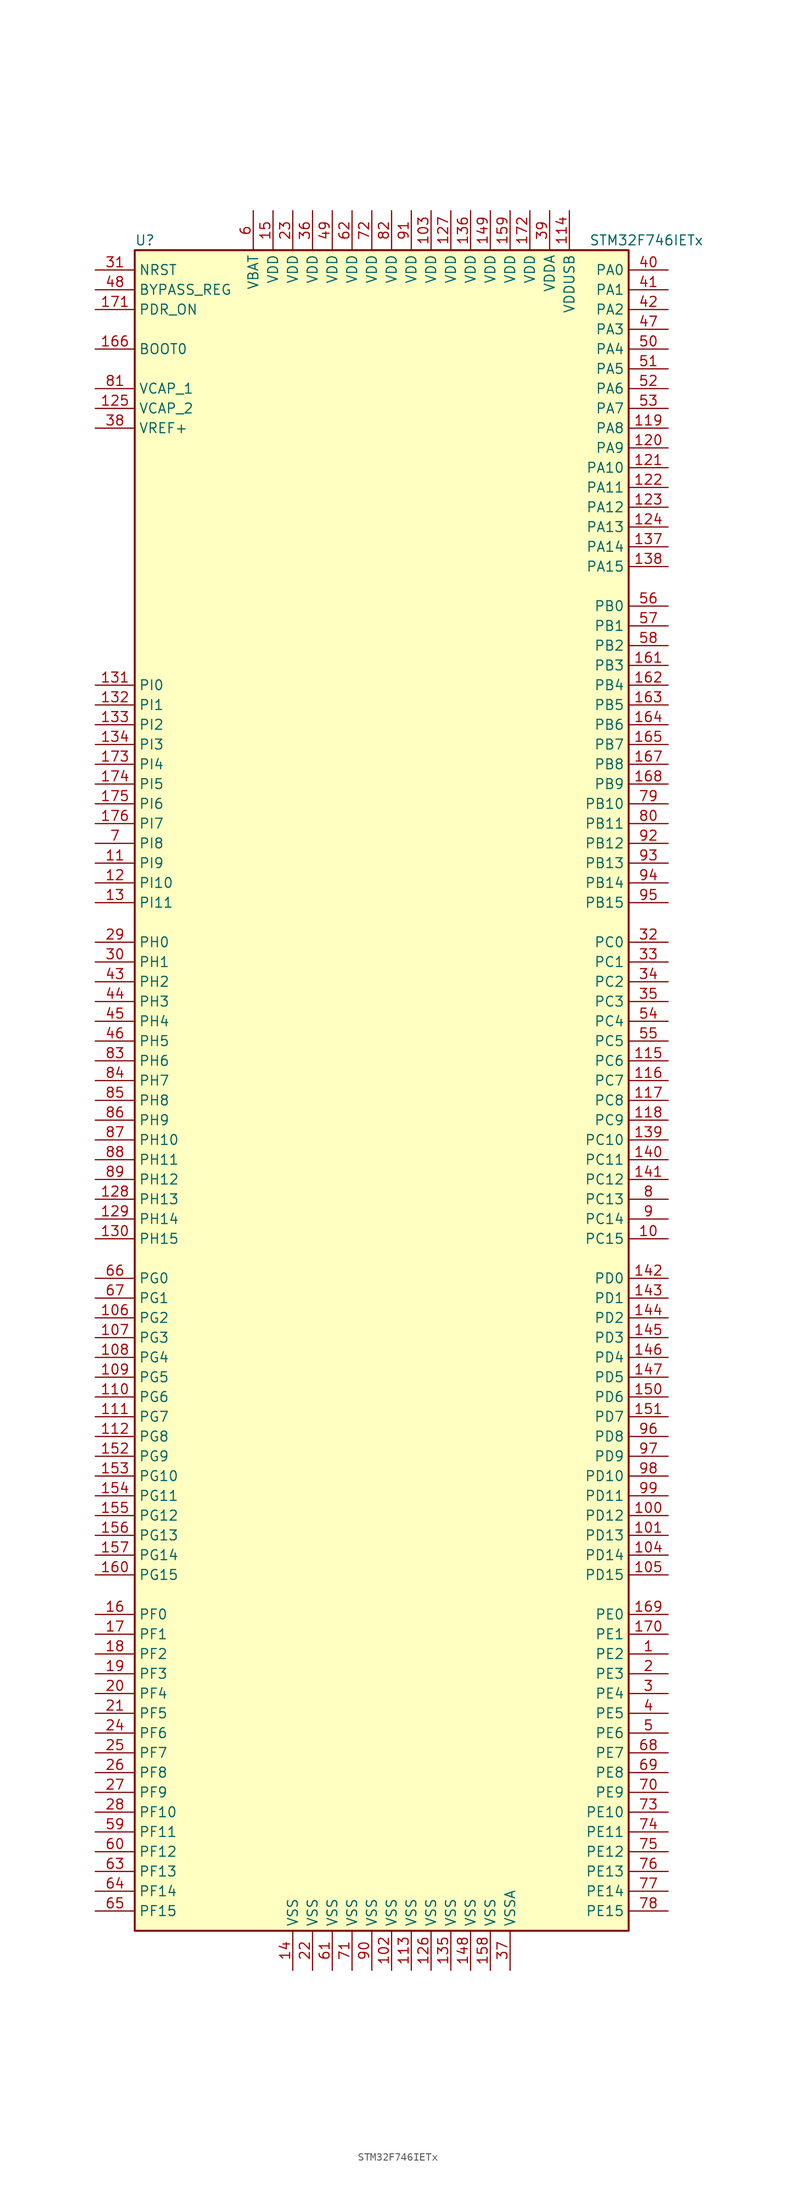
<source format=kicad_sym>
(kicad_symbol_lib
  (version 20211014)
  (generator kicad_symbol_editor)
  (symbol "STM32F746IETx"
    (property "Reference" "U"
      (at -33.02 107.95 0)
      (effects (font (size 1.27 1.27)) (justify left)))
    (property "Value" "STM32F746IETx"
      (at 25.4 107.95 0)
      (effects (font (size 1.27 1.27)) (justify left)))
    (symbol "STM32F746IETx_0_1"
      (rectangle (start -33.02 -109.22) (end 30.48 106.68) (stroke (width 0.254) (type default) (color 0 0 0 0)) (fill (type background))))
    (symbol "STM32F746IETx_1_1"
      (pin bidirectional line (at 35.56 -73.66 180) (length 5.08) (name "PE2" (effects (font (size 1.27 1.27)))) (number "1" (effects (font (size 1.27 1.27)))))
      (pin bidirectional line (at 35.56 -20.32 180) (length 5.08) (name "PC15" (effects (font (size 1.27 1.27)))) (number "10" (effects (font (size 1.27 1.27)))))
      (pin bidirectional line (at 35.56 -55.88 180) (length 5.08) (name "PD12" (effects (font (size 1.27 1.27)))) (number "100" (effects (font (size 1.27 1.27)))))
      (pin bidirectional line (at 35.56 -58.42 180) (length 5.08) (name "PD13" (effects (font (size 1.27 1.27)))) (number "101" (effects (font (size 1.27 1.27)))))
      (pin power_in line (at 0 -114.3 90) (length 5.08) (name "VSS" (effects (font (size 1.27 1.27)))) (number "102" (effects (font (size 1.27 1.27)))))
      (pin power_in line (at 5.08 111.76 270) (length 5.08) (name "VDD" (effects (font (size 1.27 1.27)))) (number "103" (effects (font (size 1.27 1.27)))))
      (pin bidirectional line (at 35.56 -60.96 180) (length 5.08) (name "PD14" (effects (font (size 1.27 1.27)))) (number "104" (effects (font (size 1.27 1.27)))))
      (pin bidirectional line (at 35.56 -63.5 180) (length 5.08) (name "PD15" (effects (font (size 1.27 1.27)))) (number "105" (effects (font (size 1.27 1.27)))))
      (pin bidirectional line (at -38.1 -30.48 0) (length 5.08) (name "PG2" (effects (font (size 1.27 1.27)))) (number "106" (effects (font (size 1.27 1.27)))))
      (pin bidirectional line (at -38.1 -33.02 0) (length 5.08) (name "PG3" (effects (font (size 1.27 1.27)))) (number "107" (effects (font (size 1.27 1.27)))))
      (pin bidirectional line (at -38.1 -35.56 0) (length 5.08) (name "PG4" (effects (font (size 1.27 1.27)))) (number "108" (effects (font (size 1.27 1.27)))))
      (pin bidirectional line (at -38.1 -38.1 0) (length 5.08) (name "PG5" (effects (font (size 1.27 1.27)))) (number "109" (effects (font (size 1.27 1.27)))))
      (pin bidirectional line (at -38.1 27.94 0) (length 5.08) (name "PI9" (effects (font (size 1.27 1.27)))) (number "11" (effects (font (size 1.27 1.27)))))
      (pin bidirectional line (at -38.1 -40.64 0) (length 5.08) (name "PG6" (effects (font (size 1.27 1.27)))) (number "110" (effects (font (size 1.27 1.27)))))
      (pin bidirectional line (at -38.1 -43.18 0) (length 5.08) (name "PG7" (effects (font (size 1.27 1.27)))) (number "111" (effects (font (size 1.27 1.27)))))
      (pin bidirectional line (at -38.1 -45.72 0) (length 5.08) (name "PG8" (effects (font (size 1.27 1.27)))) (number "112" (effects (font (size 1.27 1.27)))))
      (pin power_in line (at 2.54 -114.3 90) (length 5.08) (name "VSS" (effects (font (size 1.27 1.27)))) (number "113" (effects (font (size 1.27 1.27)))))
      (pin power_in line (at 22.86 111.76 270) (length 5.08) (name "VDDUSB" (effects (font (size 1.27 1.27)))) (number "114" (effects (font (size 1.27 1.27)))))
      (pin bidirectional line (at 35.56 2.54 180) (length 5.08) (name "PC6" (effects (font (size 1.27 1.27)))) (number "115" (effects (font (size 1.27 1.27)))))
      (pin bidirectional line (at 35.56 0 180) (length 5.08) (name "PC7" (effects (font (size 1.27 1.27)))) (number "116" (effects (font (size 1.27 1.27)))))
      (pin bidirectional line (at 35.56 -2.54 180) (length 5.08) (name "PC8" (effects (font (size 1.27 1.27)))) (number "117" (effects (font (size 1.27 1.27)))))
      (pin bidirectional line (at 35.56 -5.08 180) (length 5.08) (name "PC9" (effects (font (size 1.27 1.27)))) (number "118" (effects (font (size 1.27 1.27)))))
      (pin bidirectional line (at 35.56 83.82 180) (length 5.08) (name "PA8" (effects (font (size 1.27 1.27)))) (number "119" (effects (font (size 1.27 1.27)))))
      (pin bidirectional line (at -38.1 25.4 0) (length 5.08) (name "PI10" (effects (font (size 1.27 1.27)))) (number "12" (effects (font (size 1.27 1.27)))))
      (pin bidirectional line (at 35.56 81.28 180) (length 5.08) (name "PA9" (effects (font (size 1.27 1.27)))) (number "120" (effects (font (size 1.27 1.27)))))
      (pin bidirectional line (at 35.56 78.74 180) (length 5.08) (name "PA10" (effects (font (size 1.27 1.27)))) (number "121" (effects (font (size 1.27 1.27)))))
      (pin bidirectional line (at 35.56 76.2 180) (length 5.08) (name "PA11" (effects (font (size 1.27 1.27)))) (number "122" (effects (font (size 1.27 1.27)))))
      (pin bidirectional line (at 35.56 73.66 180) (length 5.08) (name "PA12" (effects (font (size 1.27 1.27)))) (number "123" (effects (font (size 1.27 1.27)))))
      (pin bidirectional line (at 35.56 71.12 180) (length 5.08) (name "PA13" (effects (font (size 1.27 1.27)))) (number "124" (effects (font (size 1.27 1.27)))))
      (pin power_in line (at -38.1 86.36 0) (length 5.08) (name "VCAP_2" (effects (font (size 1.27 1.27)))) (number "125" (effects (font (size 1.27 1.27)))))
      (pin power_in line (at 5.08 -114.3 90) (length 5.08) (name "VSS" (effects (font (size 1.27 1.27)))) (number "126" (effects (font (size 1.27 1.27)))))
      (pin power_in line (at 7.62 111.76 270) (length 5.08) (name "VDD" (effects (font (size 1.27 1.27)))) (number "127" (effects (font (size 1.27 1.27)))))
      (pin bidirectional line (at -38.1 -15.24 0) (length 5.08) (name "PH13" (effects (font (size 1.27 1.27)))) (number "128" (effects (font (size 1.27 1.27)))))
      (pin bidirectional line (at -38.1 -17.78 0) (length 5.08) (name "PH14" (effects (font (size 1.27 1.27)))) (number "129" (effects (font (size 1.27 1.27)))))
      (pin bidirectional line (at -38.1 22.86 0) (length 5.08) (name "PI11" (effects (font (size 1.27 1.27)))) (number "13" (effects (font (size 1.27 1.27)))))
      (pin bidirectional line (at -38.1 -20.32 0) (length 5.08) (name "PH15" (effects (font (size 1.27 1.27)))) (number "130" (effects (font (size 1.27 1.27)))))
      (pin bidirectional line (at -38.1 50.8 0) (length 5.08) (name "PI0" (effects (font (size 1.27 1.27)))) (number "131" (effects (font (size 1.27 1.27)))))
      (pin bidirectional line (at -38.1 48.26 0) (length 5.08) (name "PI1" (effects (font (size 1.27 1.27)))) (number "132" (effects (font (size 1.27 1.27)))))
      (pin bidirectional line (at -38.1 45.72 0) (length 5.08) (name "PI2" (effects (font (size 1.27 1.27)))) (number "133" (effects (font (size 1.27 1.27)))))
      (pin bidirectional line (at -38.1 43.18 0) (length 5.08) (name "PI3" (effects (font (size 1.27 1.27)))) (number "134" (effects (font (size 1.27 1.27)))))
      (pin power_in line (at 7.62 -114.3 90) (length 5.08) (name "VSS" (effects (font (size 1.27 1.27)))) (number "135" (effects (font (size 1.27 1.27)))))
      (pin power_in line (at 10.16 111.76 270) (length 5.08) (name "VDD" (effects (font (size 1.27 1.27)))) (number "136" (effects (font (size 1.27 1.27)))))
      (pin bidirectional line (at 35.56 68.58 180) (length 5.08) (name "PA14" (effects (font (size 1.27 1.27)))) (number "137" (effects (font (size 1.27 1.27)))))
      (pin bidirectional line (at 35.56 66.04 180) (length 5.08) (name "PA15" (effects (font (size 1.27 1.27)))) (number "138" (effects (font (size 1.27 1.27)))))
      (pin bidirectional line (at 35.56 -7.62 180) (length 5.08) (name "PC10" (effects (font (size 1.27 1.27)))) (number "139" (effects (font (size 1.27 1.27)))))
      (pin power_in line (at -12.7 -114.3 90) (length 5.08) (name "VSS" (effects (font (size 1.27 1.27)))) (number "14" (effects (font (size 1.27 1.27)))))
      (pin bidirectional line (at 35.56 -10.16 180) (length 5.08) (name "PC11" (effects (font (size 1.27 1.27)))) (number "140" (effects (font (size 1.27 1.27)))))
      (pin bidirectional line (at 35.56 -12.7 180) (length 5.08) (name "PC12" (effects (font (size 1.27 1.27)))) (number "141" (effects (font (size 1.27 1.27)))))
      (pin bidirectional line (at 35.56 -25.4 180) (length 5.08) (name "PD0" (effects (font (size 1.27 1.27)))) (number "142" (effects (font (size 1.27 1.27)))))
      (pin bidirectional line (at 35.56 -27.94 180) (length 5.08) (name "PD1" (effects (font (size 1.27 1.27)))) (number "143" (effects (font (size 1.27 1.27)))))
      (pin bidirectional line (at 35.56 -30.48 180) (length 5.08) (name "PD2" (effects (font (size 1.27 1.27)))) (number "144" (effects (font (size 1.27 1.27)))))
      (pin bidirectional line (at 35.56 -33.02 180) (length 5.08) (name "PD3" (effects (font (size 1.27 1.27)))) (number "145" (effects (font (size 1.27 1.27)))))
      (pin bidirectional line (at 35.56 -35.56 180) (length 5.08) (name "PD4" (effects (font (size 1.27 1.27)))) (number "146" (effects (font (size 1.27 1.27)))))
      (pin bidirectional line (at 35.56 -38.1 180) (length 5.08) (name "PD5" (effects (font (size 1.27 1.27)))) (number "147" (effects (font (size 1.27 1.27)))))
      (pin power_in line (at 10.16 -114.3 90) (length 5.08) (name "VSS" (effects (font (size 1.27 1.27)))) (number "148" (effects (font (size 1.27 1.27)))))
      (pin power_in line (at 12.7 111.76 270) (length 5.08) (name "VDD" (effects (font (size 1.27 1.27)))) (number "149" (effects (font (size 1.27 1.27)))))
      (pin power_in line (at -15.24 111.76 270) (length 5.08) (name "VDD" (effects (font (size 1.27 1.27)))) (number "15" (effects (font (size 1.27 1.27)))))
      (pin bidirectional line (at 35.56 -40.64 180) (length 5.08) (name "PD6" (effects (font (size 1.27 1.27)))) (number "150" (effects (font (size 1.27 1.27)))))
      (pin bidirectional line (at 35.56 -43.18 180) (length 5.08) (name "PD7" (effects (font (size 1.27 1.27)))) (number "151" (effects (font (size 1.27 1.27)))))
      (pin bidirectional line (at -38.1 -48.26 0) (length 5.08) (name "PG9" (effects (font (size 1.27 1.27)))) (number "152" (effects (font (size 1.27 1.27)))))
      (pin bidirectional line (at -38.1 -50.8 0) (length 5.08) (name "PG10" (effects (font (size 1.27 1.27)))) (number "153" (effects (font (size 1.27 1.27)))))
      (pin bidirectional line (at -38.1 -53.34 0) (length 5.08) (name "PG11" (effects (font (size 1.27 1.27)))) (number "154" (effects (font (size 1.27 1.27)))))
      (pin bidirectional line (at -38.1 -55.88 0) (length 5.08) (name "PG12" (effects (font (size 1.27 1.27)))) (number "155" (effects (font (size 1.27 1.27)))))
      (pin bidirectional line (at -38.1 -58.42 0) (length 5.08) (name "PG13" (effects (font (size 1.27 1.27)))) (number "156" (effects (font (size 1.27 1.27)))))
      (pin bidirectional line (at -38.1 -60.96 0) (length 5.08) (name "PG14" (effects (font (size 1.27 1.27)))) (number "157" (effects (font (size 1.27 1.27)))))
      (pin power_in line (at 12.7 -114.3 90) (length 5.08) (name "VSS" (effects (font (size 1.27 1.27)))) (number "158" (effects (font (size 1.27 1.27)))))
      (pin power_in line (at 15.24 111.76 270) (length 5.08) (name "VDD" (effects (font (size 1.27 1.27)))) (number "159" (effects (font (size 1.27 1.27)))))
      (pin bidirectional line (at -38.1 -68.58 0) (length 5.08) (name "PF0" (effects (font (size 1.27 1.27)))) (number "16" (effects (font (size 1.27 1.27)))))
      (pin bidirectional line (at -38.1 -63.5 0) (length 5.08) (name "PG15" (effects (font (size 1.27 1.27)))) (number "160" (effects (font (size 1.27 1.27)))))
      (pin bidirectional line (at 35.56 53.34 180) (length 5.08) (name "PB3" (effects (font (size 1.27 1.27)))) (number "161" (effects (font (size 1.27 1.27)))))
      (pin bidirectional line (at 35.56 50.8 180) (length 5.08) (name "PB4" (effects (font (size 1.27 1.27)))) (number "162" (effects (font (size 1.27 1.27)))))
      (pin bidirectional line (at 35.56 48.26 180) (length 5.08) (name "PB5" (effects (font (size 1.27 1.27)))) (number "163" (effects (font (size 1.27 1.27)))))
      (pin bidirectional line (at 35.56 45.72 180) (length 5.08) (name "PB6" (effects (font (size 1.27 1.27)))) (number "164" (effects (font (size 1.27 1.27)))))
      (pin bidirectional line (at 35.56 43.18 180) (length 5.08) (name "PB7" (effects (font (size 1.27 1.27)))) (number "165" (effects (font (size 1.27 1.27)))))
      (pin input line (at -38.1 93.98 0) (length 5.08) (name "BOOT0" (effects (font (size 1.27 1.27)))) (number "166" (effects (font (size 1.27 1.27)))))
      (pin bidirectional line (at 35.56 40.64 180) (length 5.08) (name "PB8" (effects (font (size 1.27 1.27)))) (number "167" (effects (font (size 1.27 1.27)))))
      (pin bidirectional line (at 35.56 38.1 180) (length 5.08) (name "PB9" (effects (font (size 1.27 1.27)))) (number "168" (effects (font (size 1.27 1.27)))))
      (pin bidirectional line (at 35.56 -68.58 180) (length 5.08) (name "PE0" (effects (font (size 1.27 1.27)))) (number "169" (effects (font (size 1.27 1.27)))))
      (pin bidirectional line (at -38.1 -71.12 0) (length 5.08) (name "PF1" (effects (font (size 1.27 1.27)))) (number "17" (effects (font (size 1.27 1.27)))))
      (pin bidirectional line (at 35.56 -71.12 180) (length 5.08) (name "PE1" (effects (font (size 1.27 1.27)))) (number "170" (effects (font (size 1.27 1.27)))))
      (pin input line (at -38.1 99.06 0) (length 5.08) (name "PDR_ON" (effects (font (size 1.27 1.27)))) (number "171" (effects (font (size 1.27 1.27)))))
      (pin power_in line (at 17.78 111.76 270) (length 5.08) (name "VDD" (effects (font (size 1.27 1.27)))) (number "172" (effects (font (size 1.27 1.27)))))
      (pin bidirectional line (at -38.1 40.64 0) (length 5.08) (name "PI4" (effects (font (size 1.27 1.27)))) (number "173" (effects (font (size 1.27 1.27)))))
      (pin bidirectional line (at -38.1 38.1 0) (length 5.08) (name "PI5" (effects (font (size 1.27 1.27)))) (number "174" (effects (font (size 1.27 1.27)))))
      (pin bidirectional line (at -38.1 35.56 0) (length 5.08) (name "PI6" (effects (font (size 1.27 1.27)))) (number "175" (effects (font (size 1.27 1.27)))))
      (pin bidirectional line (at -38.1 33.02 0) (length 5.08) (name "PI7" (effects (font (size 1.27 1.27)))) (number "176" (effects (font (size 1.27 1.27)))))
      (pin bidirectional line (at -38.1 -73.66 0) (length 5.08) (name "PF2" (effects (font (size 1.27 1.27)))) (number "18" (effects (font (size 1.27 1.27)))))
      (pin bidirectional line (at -38.1 -76.2 0) (length 5.08) (name "PF3" (effects (font (size 1.27 1.27)))) (number "19" (effects (font (size 1.27 1.27)))))
      (pin bidirectional line (at 35.56 -76.2 180) (length 5.08) (name "PE3" (effects (font (size 1.27 1.27)))) (number "2" (effects (font (size 1.27 1.27)))))
      (pin bidirectional line (at -38.1 -78.74 0) (length 5.08) (name "PF4" (effects (font (size 1.27 1.27)))) (number "20" (effects (font (size 1.27 1.27)))))
      (pin bidirectional line (at -38.1 -81.28 0) (length 5.08) (name "PF5" (effects (font (size 1.27 1.27)))) (number "21" (effects (font (size 1.27 1.27)))))
      (pin power_in line (at -10.16 -114.3 90) (length 5.08) (name "VSS" (effects (font (size 1.27 1.27)))) (number "22" (effects (font (size 1.27 1.27)))))
      (pin power_in line (at -12.7 111.76 270) (length 5.08) (name "VDD" (effects (font (size 1.27 1.27)))) (number "23" (effects (font (size 1.27 1.27)))))
      (pin bidirectional line (at -38.1 -83.82 0) (length 5.08) (name "PF6" (effects (font (size 1.27 1.27)))) (number "24" (effects (font (size 1.27 1.27)))))
      (pin bidirectional line (at -38.1 -86.36 0) (length 5.08) (name "PF7" (effects (font (size 1.27 1.27)))) (number "25" (effects (font (size 1.27 1.27)))))
      (pin bidirectional line (at -38.1 -88.9 0) (length 5.08) (name "PF8" (effects (font (size 1.27 1.27)))) (number "26" (effects (font (size 1.27 1.27)))))
      (pin bidirectional line (at -38.1 -91.44 0) (length 5.08) (name "PF9" (effects (font (size 1.27 1.27)))) (number "27" (effects (font (size 1.27 1.27)))))
      (pin bidirectional line (at -38.1 -93.98 0) (length 5.08) (name "PF10" (effects (font (size 1.27 1.27)))) (number "28" (effects (font (size 1.27 1.27)))))
      (pin input line (at -38.1 17.78 0) (length 5.08) (name "PH0" (effects (font (size 1.27 1.27)))) (number "29" (effects (font (size 1.27 1.27)))))
      (pin bidirectional line (at 35.56 -78.74 180) (length 5.08) (name "PE4" (effects (font (size 1.27 1.27)))) (number "3" (effects (font (size 1.27 1.27)))))
      (pin input line (at -38.1 15.24 0) (length 5.08) (name "PH1" (effects (font (size 1.27 1.27)))) (number "30" (effects (font (size 1.27 1.27)))))
      (pin input line (at -38.1 104.14 0) (length 5.08) (name "NRST" (effects (font (size 1.27 1.27)))) (number "31" (effects (font (size 1.27 1.27)))))
      (pin bidirectional line (at 35.56 17.78 180) (length 5.08) (name "PC0" (effects (font (size 1.27 1.27)))) (number "32" (effects (font (size 1.27 1.27)))))
      (pin bidirectional line (at 35.56 15.24 180) (length 5.08) (name "PC1" (effects (font (size 1.27 1.27)))) (number "33" (effects (font (size 1.27 1.27)))))
      (pin bidirectional line (at 35.56 12.7 180) (length 5.08) (name "PC2" (effects (font (size 1.27 1.27)))) (number "34" (effects (font (size 1.27 1.27)))))
      (pin bidirectional line (at 35.56 10.16 180) (length 5.08) (name "PC3" (effects (font (size 1.27 1.27)))) (number "35" (effects (font (size 1.27 1.27)))))
      (pin power_in line (at -10.16 111.76 270) (length 5.08) (name "VDD" (effects (font (size 1.27 1.27)))) (number "36" (effects (font (size 1.27 1.27)))))
      (pin power_in line (at 15.24 -114.3 90) (length 5.08) (name "VSSA" (effects (font (size 1.27 1.27)))) (number "37" (effects (font (size 1.27 1.27)))))
      (pin power_in line (at -38.1 83.82 0) (length 5.08) (name "VREF+" (effects (font (size 1.27 1.27)))) (number "38" (effects (font (size 1.27 1.27)))))
      (pin power_in line (at 20.32 111.76 270) (length 5.08) (name "VDDA" (effects (font (size 1.27 1.27)))) (number "39" (effects (font (size 1.27 1.27)))))
      (pin bidirectional line (at 35.56 -81.28 180) (length 5.08) (name "PE5" (effects (font (size 1.27 1.27)))) (number "4" (effects (font (size 1.27 1.27)))))
      (pin bidirectional line (at 35.56 104.14 180) (length 5.08) (name "PA0" (effects (font (size 1.27 1.27)))) (number "40" (effects (font (size 1.27 1.27)))))
      (pin bidirectional line (at 35.56 101.6 180) (length 5.08) (name "PA1" (effects (font (size 1.27 1.27)))) (number "41" (effects (font (size 1.27 1.27)))))
      (pin bidirectional line (at 35.56 99.06 180) (length 5.08) (name "PA2" (effects (font (size 1.27 1.27)))) (number "42" (effects (font (size 1.27 1.27)))))
      (pin bidirectional line (at -38.1 12.7 0) (length 5.08) (name "PH2" (effects (font (size 1.27 1.27)))) (number "43" (effects (font (size 1.27 1.27)))))
      (pin bidirectional line (at -38.1 10.16 0) (length 5.08) (name "PH3" (effects (font (size 1.27 1.27)))) (number "44" (effects (font (size 1.27 1.27)))))
      (pin bidirectional line (at -38.1 7.62 0) (length 5.08) (name "PH4" (effects (font (size 1.27 1.27)))) (number "45" (effects (font (size 1.27 1.27)))))
      (pin bidirectional line (at -38.1 5.08 0) (length 5.08) (name "PH5" (effects (font (size 1.27 1.27)))) (number "46" (effects (font (size 1.27 1.27)))))
      (pin bidirectional line (at 35.56 96.52 180) (length 5.08) (name "PA3" (effects (font (size 1.27 1.27)))) (number "47" (effects (font (size 1.27 1.27)))))
      (pin input line (at -38.1 101.6 0) (length 5.08) (name "BYPASS_REG" (effects (font (size 1.27 1.27)))) (number "48" (effects (font (size 1.27 1.27)))))
      (pin power_in line (at -7.62 111.76 270) (length 5.08) (name "VDD" (effects (font (size 1.27 1.27)))) (number "49" (effects (font (size 1.27 1.27)))))
      (pin bidirectional line (at 35.56 -83.82 180) (length 5.08) (name "PE6" (effects (font (size 1.27 1.27)))) (number "5" (effects (font (size 1.27 1.27)))))
      (pin bidirectional line (at 35.56 93.98 180) (length 5.08) (name "PA4" (effects (font (size 1.27 1.27)))) (number "50" (effects (font (size 1.27 1.27)))))
      (pin bidirectional line (at 35.56 91.44 180) (length 5.08) (name "PA5" (effects (font (size 1.27 1.27)))) (number "51" (effects (font (size 1.27 1.27)))))
      (pin bidirectional line (at 35.56 88.9 180) (length 5.08) (name "PA6" (effects (font (size 1.27 1.27)))) (number "52" (effects (font (size 1.27 1.27)))))
      (pin bidirectional line (at 35.56 86.36 180) (length 5.08) (name "PA7" (effects (font (size 1.27 1.27)))) (number "53" (effects (font (size 1.27 1.27)))))
      (pin bidirectional line (at 35.56 7.62 180) (length 5.08) (name "PC4" (effects (font (size 1.27 1.27)))) (number "54" (effects (font (size 1.27 1.27)))))
      (pin bidirectional line (at 35.56 5.08 180) (length 5.08) (name "PC5" (effects (font (size 1.27 1.27)))) (number "55" (effects (font (size 1.27 1.27)))))
      (pin bidirectional line (at 35.56 60.96 180) (length 5.08) (name "PB0" (effects (font (size 1.27 1.27)))) (number "56" (effects (font (size 1.27 1.27)))))
      (pin bidirectional line (at 35.56 58.42 180) (length 5.08) (name "PB1" (effects (font (size 1.27 1.27)))) (number "57" (effects (font (size 1.27 1.27)))))
      (pin bidirectional line (at 35.56 55.88 180) (length 5.08) (name "PB2" (effects (font (size 1.27 1.27)))) (number "58" (effects (font (size 1.27 1.27)))))
      (pin bidirectional line (at -38.1 -96.52 0) (length 5.08) (name "PF11" (effects (font (size 1.27 1.27)))) (number "59" (effects (font (size 1.27 1.27)))))
      (pin power_in line (at -17.78 111.76 270) (length 5.08) (name "VBAT" (effects (font (size 1.27 1.27)))) (number "6" (effects (font (size 1.27 1.27)))))
      (pin bidirectional line (at -38.1 -99.06 0) (length 5.08) (name "PF12" (effects (font (size 1.27 1.27)))) (number "60" (effects (font (size 1.27 1.27)))))
      (pin power_in line (at -7.62 -114.3 90) (length 5.08) (name "VSS" (effects (font (size 1.27 1.27)))) (number "61" (effects (font (size 1.27 1.27)))))
      (pin power_in line (at -5.08 111.76 270) (length 5.08) (name "VDD" (effects (font (size 1.27 1.27)))) (number "62" (effects (font (size 1.27 1.27)))))
      (pin bidirectional line (at -38.1 -101.6 0) (length 5.08) (name "PF13" (effects (font (size 1.27 1.27)))) (number "63" (effects (font (size 1.27 1.27)))))
      (pin bidirectional line (at -38.1 -104.14 0) (length 5.08) (name "PF14" (effects (font (size 1.27 1.27)))) (number "64" (effects (font (size 1.27 1.27)))))
      (pin bidirectional line (at -38.1 -106.68 0) (length 5.08) (name "PF15" (effects (font (size 1.27 1.27)))) (number "65" (effects (font (size 1.27 1.27)))))
      (pin bidirectional line (at -38.1 -25.4 0) (length 5.08) (name "PG0" (effects (font (size 1.27 1.27)))) (number "66" (effects (font (size 1.27 1.27)))))
      (pin bidirectional line (at -38.1 -27.94 0) (length 5.08) (name "PG1" (effects (font (size 1.27 1.27)))) (number "67" (effects (font (size 1.27 1.27)))))
      (pin bidirectional line (at 35.56 -86.36 180) (length 5.08) (name "PE7" (effects (font (size 1.27 1.27)))) (number "68" (effects (font (size 1.27 1.27)))))
      (pin bidirectional line (at 35.56 -88.9 180) (length 5.08) (name "PE8" (effects (font (size 1.27 1.27)))) (number "69" (effects (font (size 1.27 1.27)))))
      (pin bidirectional line (at -38.1 30.48 0) (length 5.08) (name "PI8" (effects (font (size 1.27 1.27)))) (number "7" (effects (font (size 1.27 1.27)))))
      (pin bidirectional line (at 35.56 -91.44 180) (length 5.08) (name "PE9" (effects (font (size 1.27 1.27)))) (number "70" (effects (font (size 1.27 1.27)))))
      (pin power_in line (at -5.08 -114.3 90) (length 5.08) (name "VSS" (effects (font (size 1.27 1.27)))) (number "71" (effects (font (size 1.27 1.27)))))
      (pin power_in line (at -2.54 111.76 270) (length 5.08) (name "VDD" (effects (font (size 1.27 1.27)))) (number "72" (effects (font (size 1.27 1.27)))))
      (pin bidirectional line (at 35.56 -93.98 180) (length 5.08) (name "PE10" (effects (font (size 1.27 1.27)))) (number "73" (effects (font (size 1.27 1.27)))))
      (pin bidirectional line (at 35.56 -96.52 180) (length 5.08) (name "PE11" (effects (font (size 1.27 1.27)))) (number "74" (effects (font (size 1.27 1.27)))))
      (pin bidirectional line (at 35.56 -99.06 180) (length 5.08) (name "PE12" (effects (font (size 1.27 1.27)))) (number "75" (effects (font (size 1.27 1.27)))))
      (pin bidirectional line (at 35.56 -101.6 180) (length 5.08) (name "PE13" (effects (font (size 1.27 1.27)))) (number "76" (effects (font (size 1.27 1.27)))))
      (pin bidirectional line (at 35.56 -104.14 180) (length 5.08) (name "PE14" (effects (font (size 1.27 1.27)))) (number "77" (effects (font (size 1.27 1.27)))))
      (pin bidirectional line (at 35.56 -106.68 180) (length 5.08) (name "PE15" (effects (font (size 1.27 1.27)))) (number "78" (effects (font (size 1.27 1.27)))))
      (pin bidirectional line (at 35.56 35.56 180) (length 5.08) (name "PB10" (effects (font (size 1.27 1.27)))) (number "79" (effects (font (size 1.27 1.27)))))
      (pin bidirectional line (at 35.56 -15.24 180) (length 5.08) (name "PC13" (effects (font (size 1.27 1.27)))) (number "8" (effects (font (size 1.27 1.27)))))
      (pin bidirectional line (at 35.56 33.02 180) (length 5.08) (name "PB11" (effects (font (size 1.27 1.27)))) (number "80" (effects (font (size 1.27 1.27)))))
      (pin power_in line (at -38.1 88.9 0) (length 5.08) (name "VCAP_1" (effects (font (size 1.27 1.27)))) (number "81" (effects (font (size 1.27 1.27)))))
      (pin power_in line (at 0 111.76 270) (length 5.08) (name "VDD" (effects (font (size 1.27 1.27)))) (number "82" (effects (font (size 1.27 1.27)))))
      (pin bidirectional line (at -38.1 2.54 0) (length 5.08) (name "PH6" (effects (font (size 1.27 1.27)))) (number "83" (effects (font (size 1.27 1.27)))))
      (pin bidirectional line (at -38.1 0 0) (length 5.08) (name "PH7" (effects (font (size 1.27 1.27)))) (number "84" (effects (font (size 1.27 1.27)))))
      (pin bidirectional line (at -38.1 -2.54 0) (length 5.08) (name "PH8" (effects (font (size 1.27 1.27)))) (number "85" (effects (font (size 1.27 1.27)))))
      (pin bidirectional line (at -38.1 -5.08 0) (length 5.08) (name "PH9" (effects (font (size 1.27 1.27)))) (number "86" (effects (font (size 1.27 1.27)))))
      (pin bidirectional line (at -38.1 -7.62 0) (length 5.08) (name "PH10" (effects (font (size 1.27 1.27)))) (number "87" (effects (font (size 1.27 1.27)))))
      (pin bidirectional line (at -38.1 -10.16 0) (length 5.08) (name "PH11" (effects (font (size 1.27 1.27)))) (number "88" (effects (font (size 1.27 1.27)))))
      (pin bidirectional line (at -38.1 -12.7 0) (length 5.08) (name "PH12" (effects (font (size 1.27 1.27)))) (number "89" (effects (font (size 1.27 1.27)))))
      (pin bidirectional line (at 35.56 -17.78 180) (length 5.08) (name "PC14" (effects (font (size 1.27 1.27)))) (number "9" (effects (font (size 1.27 1.27)))))
      (pin power_in line (at -2.54 -114.3 90) (length 5.08) (name "VSS" (effects (font (size 1.27 1.27)))) (number "90" (effects (font (size 1.27 1.27)))))
      (pin power_in line (at 2.54 111.76 270) (length 5.08) (name "VDD" (effects (font (size 1.27 1.27)))) (number "91" (effects (font (size 1.27 1.27)))))
      (pin bidirectional line (at 35.56 30.48 180) (length 5.08) (name "PB12" (effects (font (size 1.27 1.27)))) (number "92" (effects (font (size 1.27 1.27)))))
      (pin bidirectional line (at 35.56 27.94 180) (length 5.08) (name "PB13" (effects (font (size 1.27 1.27)))) (number "93" (effects (font (size 1.27 1.27)))))
      (pin bidirectional line (at 35.56 25.4 180) (length 5.08) (name "PB14" (effects (font (size 1.27 1.27)))) (number "94" (effects (font (size 1.27 1.27)))))
      (pin bidirectional line (at 35.56 22.86 180) (length 5.08) (name "PB15" (effects (font (size 1.27 1.27)))) (number "95" (effects (font (size 1.27 1.27)))))
      (pin bidirectional line (at 35.56 -45.72 180) (length 5.08) (name "PD8" (effects (font (size 1.27 1.27)))) (number "96" (effects (font (size 1.27 1.27)))))
      (pin bidirectional line (at 35.56 -48.26 180) (length 5.08) (name "PD9" (effects (font (size 1.27 1.27)))) (number "97" (effects (font (size 1.27 1.27)))))
      (pin bidirectional line (at 35.56 -50.8 180) (length 5.08) (name "PD10" (effects (font (size 1.27 1.27)))) (number "98" (effects (font (size 1.27 1.27)))))
      (pin bidirectional line (at 35.56 -53.34 180) (length 5.08) (name "PD11" (effects (font (size 1.27 1.27)))) (number "99" (effects (font (size 1.27 1.27))))))))
</source>
